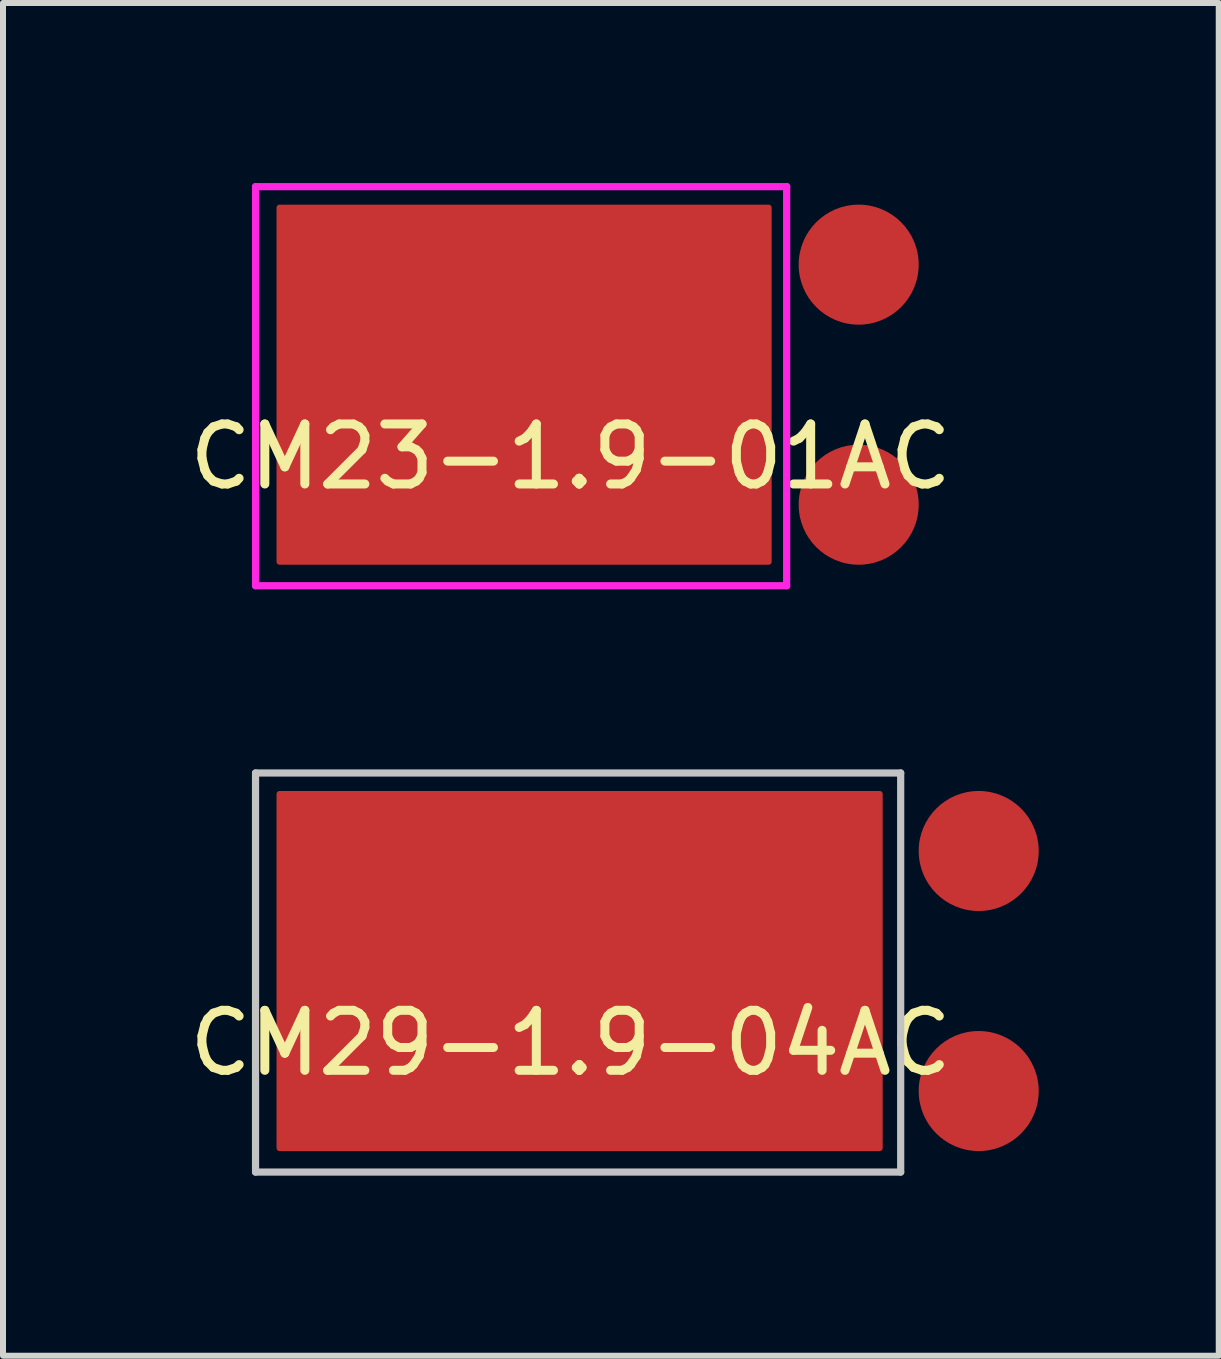
<source format=kicad_pcb>
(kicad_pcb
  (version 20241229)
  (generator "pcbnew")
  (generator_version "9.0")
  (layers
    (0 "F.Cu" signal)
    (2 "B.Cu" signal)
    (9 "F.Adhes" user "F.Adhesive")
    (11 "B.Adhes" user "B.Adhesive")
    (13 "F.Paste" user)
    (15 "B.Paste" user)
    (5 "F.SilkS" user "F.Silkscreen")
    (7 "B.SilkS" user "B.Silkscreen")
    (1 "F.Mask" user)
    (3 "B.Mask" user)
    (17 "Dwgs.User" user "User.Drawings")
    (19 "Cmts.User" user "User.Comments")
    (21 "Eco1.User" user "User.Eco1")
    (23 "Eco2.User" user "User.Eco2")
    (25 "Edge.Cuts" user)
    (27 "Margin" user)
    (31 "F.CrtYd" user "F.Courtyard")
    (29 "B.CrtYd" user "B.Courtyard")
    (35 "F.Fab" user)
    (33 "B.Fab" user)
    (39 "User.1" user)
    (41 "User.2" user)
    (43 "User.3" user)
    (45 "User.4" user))
  (footprint "CM23-1.9-01AC"
    (layer "F.Cu")
    (at 6.458 4.06)
    (property "Reference" "CM23-1.9-01AC" (at 0 0.5 0) (layer "F.SilkS") (effects (font (size 1 1) (thickness 0.15))))
    (attr through_hole)
    (fp_poly (pts (xy 3.3 2.25) (xy -4.85 2.25) (xy -4.85 -3.65) (xy 3.3 -3.65)) (stroke (width 0.1) (type solid)) (fill yes) (layer "F.Cu"))
    (fp_poly (pts (xy 3.3 2.25) (xy -4.85 2.25) (xy -4.85 -3.65) (xy 3.3 -3.65)) (stroke (width 0.1) (type solid)) (fill yes) (layer "F.Mask"))
    (fp_line (start -5.25 -4) (end 3.6 -4) (stroke (width 0.12) (type solid)) (layer "F.CrtYd"))
    (fp_line (start -5.25 2.65) (end -5.25 -4) (stroke (width 0.12) (type solid)) (layer "F.CrtYd"))
    (fp_line (start 3.6 -4) (end 3.6 2.65) (stroke (width 0.12) (type solid)) (layer "F.CrtYd"))
    (fp_line (start 3.6 2.65) (end -5.25 2.65) (stroke (width 0.12) (type solid)) (layer "F.CrtYd"))
    (pad "1" smd circle (at 4.8 1.3) (size 2 2) (layers "F.Cu" "F.Mask" "F.Paste"))
    (pad "2" smd circle (at 4.8 -2.7) (size 2 2) (layers "F.Cu" "F.Mask" "F.Paste")))
  (footprint "CM29-1.9-04AC"
    (layer "F.Cu")
    (at 6.458 13.83)
    (property "Reference" "CM29-1.9-04AC" (at 0 0.5 0) (layer "F.SilkS") (effects (font (size 1 1) (thickness 0.15))))
    (attr through_hole)
    (fp_poly (pts (xy 5.15 2.25) (xy -4.85 2.25) (xy -4.85 -3.65) (xy 5.15 -3.65)) (stroke (width 0.1) (type solid)) (fill yes) (layer "F.Cu"))
    (fp_line (start -5.25 -4) (end 5.5 -4) (stroke (width 0.12) (type solid)) (layer "Dwgs.User"))
    (fp_line (start -5.25 2.65) (end -5.25 -4) (stroke (width 0.12) (type solid)) (layer "Dwgs.User"))
    (fp_line (start 5.5 -4) (end 5.5 2.65) (stroke (width 0.12) (type solid)) (layer "Dwgs.User"))
    (fp_line (start 5.5 2.65) (end -5.25 2.65) (stroke (width 0.12) (type solid)) (layer "Dwgs.User"))
    (pad "1" smd circle (at 6.8 1.3) (size 2 2) (layers "F.Cu" "F.Mask" "F.Paste"))
    (pad "2" smd circle (at 6.8 -2.7) (size 2 2) (layers "F.Cu" "F.Mask" "F.Paste")))
  (gr_rect
    (start -3 -3)
    (end 17.258 19.54)
    (stroke (width 0.1) (type default))
    (fill no)
    (layer "Edge.Cuts")))
</source>
